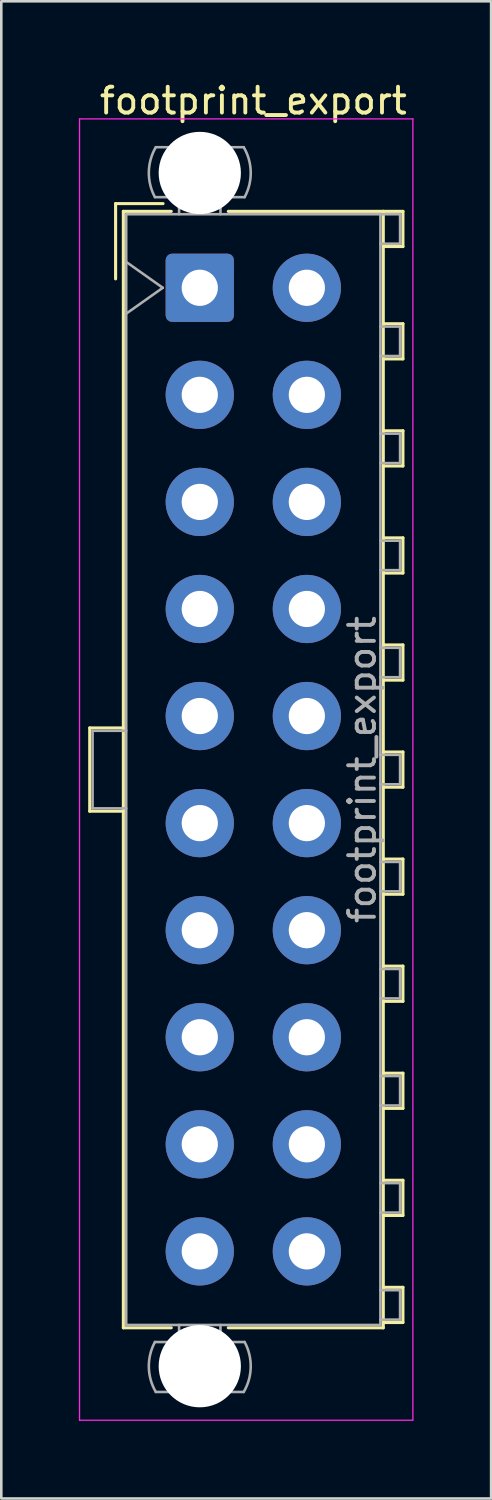
<source format=kicad_pcb>
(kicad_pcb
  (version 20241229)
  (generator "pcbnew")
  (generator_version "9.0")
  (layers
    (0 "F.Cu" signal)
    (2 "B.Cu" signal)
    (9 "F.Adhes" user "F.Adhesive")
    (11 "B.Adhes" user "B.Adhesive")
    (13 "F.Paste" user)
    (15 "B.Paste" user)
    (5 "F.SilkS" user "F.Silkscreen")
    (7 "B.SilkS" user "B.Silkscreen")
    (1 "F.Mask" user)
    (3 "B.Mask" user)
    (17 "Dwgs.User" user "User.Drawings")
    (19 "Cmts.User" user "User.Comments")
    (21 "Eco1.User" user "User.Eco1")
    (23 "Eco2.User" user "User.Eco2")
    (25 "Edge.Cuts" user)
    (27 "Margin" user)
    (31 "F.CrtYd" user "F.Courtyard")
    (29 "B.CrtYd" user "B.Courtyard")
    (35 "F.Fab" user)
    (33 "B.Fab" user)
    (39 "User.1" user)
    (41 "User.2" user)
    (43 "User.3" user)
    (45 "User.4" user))
  (footprint "footprint_export"
    (layer "F.Cu")
    (at 4.675 8.078)
    (property "Reference" "footprint_export" (at 2.07 -7.23 0) (layer "F.SilkS") (effects (font (size 1 1) (thickness 0.15))))
    (attr through_hole)
    (fp_line (start -4.255 17.02) (end -4.255 20.24) (stroke (width 0.12) (type solid)) (layer "F.SilkS"))
    (fp_line (start -4.255 20.24) (end -2.955 20.24) (stroke (width 0.12) (type solid)) (layer "F.SilkS"))
    (fp_line (start -3.255 -3.255) (end -3.255 -0.345) (stroke (width 0.12) (type solid)) (layer "F.SilkS"))
    (fp_line (start -2.955 -2.955) (end -2.955 40.215) (stroke (width 0.12) (type solid)) (layer "F.SilkS"))
    (fp_line (start -2.955 17.02) (end -4.255 17.02) (stroke (width 0.12) (type solid)) (layer "F.SilkS"))
    (fp_line (start -2.955 40.215) (end -1.103 40.215) (stroke (width 0.12) (type solid)) (layer "F.SilkS"))
    (fp_line (start -1.421 -3.255) (end -3.255 -3.255) (stroke (width 0.12) (type solid)) (layer "F.SilkS"))
    (fp_line (start -1.103 -2.955) (end -2.955 -2.955) (stroke (width 0.12) (type solid)) (layer "F.SilkS"))
    (fp_line (start 1.103 -2.955) (end 7.095 -2.955) (stroke (width 0.12) (type solid)) (layer "F.SilkS"))
    (fp_line (start 7.095 -2.955) (end 7.095 40.215) (stroke (width 0.12) (type solid)) (layer "F.SilkS"))
    (fp_line (start 7.095 -2.955) (end 7.855 -2.955) (stroke (width 0.12) (type solid)) (layer "F.SilkS"))
    (fp_line (start 7.095 1.39) (end 7.855 1.39) (stroke (width 0.12) (type solid)) (layer "F.SilkS"))
    (fp_line (start 7.095 5.53) (end 7.855 5.53) (stroke (width 0.12) (type solid)) (layer "F.SilkS"))
    (fp_line (start 7.095 9.67) (end 7.855 9.67) (stroke (width 0.12) (type solid)) (layer "F.SilkS"))
    (fp_line (start 7.095 13.81) (end 7.855 13.81) (stroke (width 0.12) (type solid)) (layer "F.SilkS"))
    (fp_line (start 7.095 17.95) (end 7.855 17.95) (stroke (width 0.12) (type solid)) (layer "F.SilkS"))
    (fp_line (start 7.095 22.09) (end 7.855 22.09) (stroke (width 0.12) (type solid)) (layer "F.SilkS"))
    (fp_line (start 7.095 26.23) (end 7.855 26.23) (stroke (width 0.12) (type solid)) (layer "F.SilkS"))
    (fp_line (start 7.095 30.37) (end 7.855 30.37) (stroke (width 0.12) (type solid)) (layer "F.SilkS"))
    (fp_line (start 7.095 34.51) (end 7.855 34.51) (stroke (width 0.12) (type solid)) (layer "F.SilkS"))
    (fp_line (start 7.095 38.65) (end 7.855 38.65) (stroke (width 0.12) (type solid)) (layer "F.SilkS"))
    (fp_line (start 7.095 40.215) (end 1.103 40.215) (stroke (width 0.12) (type solid)) (layer "F.SilkS"))
    (fp_line (start 7.855 -2.955) (end 7.855 -1.595) (stroke (width 0.12) (type solid)) (layer "F.SilkS"))
    (fp_line (start 7.855 -1.595) (end 7.095 -1.595) (stroke (width 0.12) (type solid)) (layer "F.SilkS"))
    (fp_line (start 7.855 1.39) (end 7.855 2.75) (stroke (width 0.12) (type solid)) (layer "F.SilkS"))
    (fp_line (start 7.855 2.75) (end 7.095 2.75) (stroke (width 0.12) (type solid)) (layer "F.SilkS"))
    (fp_line (start 7.855 5.53) (end 7.855 6.89) (stroke (width 0.12) (type solid)) (layer "F.SilkS"))
    (fp_line (start 7.855 6.89) (end 7.095 6.89) (stroke (width 0.12) (type solid)) (layer "F.SilkS"))
    (fp_line (start 7.855 9.67) (end 7.855 11.03) (stroke (width 0.12) (type solid)) (layer "F.SilkS"))
    (fp_line (start 7.855 11.03) (end 7.095 11.03) (stroke (width 0.12) (type solid)) (layer "F.SilkS"))
    (fp_line (start 7.855 13.81) (end 7.855 15.17) (stroke (width 0.12) (type solid)) (layer "F.SilkS"))
    (fp_line (start 7.855 15.17) (end 7.095 15.17) (stroke (width 0.12) (type solid)) (layer "F.SilkS"))
    (fp_line (start 7.855 17.95) (end 7.855 19.31) (stroke (width 0.12) (type solid)) (layer "F.SilkS"))
    (fp_line (start 7.855 19.31) (end 7.095 19.31) (stroke (width 0.12) (type solid)) (layer "F.SilkS"))
    (fp_line (start 7.855 22.09) (end 7.855 23.45) (stroke (width 0.12) (type solid)) (layer "F.SilkS"))
    (fp_line (start 7.855 23.45) (end 7.095 23.45) (stroke (width 0.12) (type solid)) (layer "F.SilkS"))
    (fp_line (start 7.855 26.23) (end 7.855 27.59) (stroke (width 0.12) (type solid)) (layer "F.SilkS"))
    (fp_line (start 7.855 27.59) (end 7.095 27.59) (stroke (width 0.12) (type solid)) (layer "F.SilkS"))
    (fp_line (start 7.855 30.37) (end 7.855 31.73) (stroke (width 0.12) (type solid)) (layer "F.SilkS"))
    (fp_line (start 7.855 31.73) (end 7.095 31.73) (stroke (width 0.12) (type solid)) (layer "F.SilkS"))
    (fp_line (start 7.855 34.51) (end 7.855 35.87) (stroke (width 0.12) (type solid)) (layer "F.SilkS"))
    (fp_line (start 7.855 35.87) (end 7.095 35.87) (stroke (width 0.12) (type solid)) (layer "F.SilkS"))
    (fp_line (start 7.855 38.65) (end 7.855 40.01) (stroke (width 0.12) (type solid)) (layer "F.SilkS"))
    (fp_line (start 7.855 40.01) (end 7.095 40.01) (stroke (width 0.12) (type solid)) (layer "F.SilkS"))
    (fp_line (start -4.65 -6.53) (end -4.65 43.79) (stroke (width 0.05) (type solid)) (layer "F.CrtYd"))
    (fp_line (start -4.65 43.79) (end 8.24 43.79) (stroke (width 0.05) (type solid)) (layer "F.CrtYd"))
    (fp_line (start 8.24 -6.53) (end -4.65 -6.53) (stroke (width 0.05) (type solid)) (layer "F.CrtYd"))
    (fp_line (start 8.24 43.79) (end 8.24 -6.53) (stroke (width 0.05) (type solid)) (layer "F.CrtYd"))
    (fp_line (start -4.145 17.13) (end -4.145 20.13) (stroke (width 0.1) (type solid)) (layer "F.Fab"))
    (fp_line (start -4.145 20.13) (end -2.845 20.13) (stroke (width 0.1) (type solid)) (layer "F.Fab"))
    (fp_line (start -2.845 -2.845) (end -2.845 40.105) (stroke (width 0.1) (type solid)) (layer "F.Fab"))
    (fp_line (start -2.845 -1) (end -1.431 0) (stroke (width 0.1) (type solid)) (layer "F.Fab"))
    (fp_line (start -2.845 17.13) (end -4.145 17.13) (stroke (width 0.1) (type solid)) (layer "F.Fab"))
    (fp_line (start -2.845 40.105) (end 6.985 40.105) (stroke (width 0.1) (type solid)) (layer "F.Fab"))
    (fp_line (start -1.431 0) (end -2.845 1) (stroke (width 0.1) (type solid)) (layer "F.Fab"))
    (fp_line (start -0.8 -2.845) (end -0.8 -3.505) (stroke (width 0.1) (type solid)) (layer "F.Fab"))
    (fp_line (start -0.8 40.105) (end -0.8 40.765) (stroke (width 0.1) (type solid)) (layer "F.Fab"))
    (fp_line (start 0.8 -2.845) (end 0.8 -3.505) (stroke (width 0.1) (type solid)) (layer "F.Fab"))
    (fp_line (start 0.8 40.105) (end 0.8 40.765) (stroke (width 0.1) (type solid)) (layer "F.Fab"))
    (fp_line (start 1.7 -5.436) (end -1.7 -5.436) (stroke (width 0.1) (type solid)) (layer "F.Fab"))
    (fp_line (start 1.7 42.696) (end -1.7 42.696) (stroke (width 0.1) (type solid)) (layer "F.Fab"))
    (fp_line (start 1.734 -3.505) (end -1.734 -3.505) (stroke (width 0.1) (type solid)) (layer "F.Fab"))
    (fp_line (start 1.734 40.765) (end -1.734 40.765) (stroke (width 0.1) (type solid)) (layer "F.Fab"))
    (fp_line (start 6.985 -2.845) (end -2.845 -2.845) (stroke (width 0.1) (type solid)) (layer "F.Fab"))
    (fp_line (start 6.985 -2.845) (end 7.745 -2.845) (stroke (width 0.1) (type solid)) (layer "F.Fab"))
    (fp_line (start 6.985 1.5) (end 7.745 1.5) (stroke (width 0.1) (type solid)) (layer "F.Fab"))
    (fp_line (start 6.985 5.64) (end 7.745 5.64) (stroke (width 0.1) (type solid)) (layer "F.Fab"))
    (fp_line (start 6.985 9.78) (end 7.745 9.78) (stroke (width 0.1) (type solid)) (layer "F.Fab"))
    (fp_line (start 6.985 13.92) (end 7.745 13.92) (stroke (width 0.1) (type solid)) (layer "F.Fab"))
    (fp_line (start 6.985 18.06) (end 7.745 18.06) (stroke (width 0.1) (type solid)) (layer "F.Fab"))
    (fp_line (start 6.985 22.2) (end 7.745 22.2) (stroke (width 0.1) (type solid)) (layer "F.Fab"))
    (fp_line (start 6.985 26.34) (end 7.745 26.34) (stroke (width 0.1) (type solid)) (layer "F.Fab"))
    (fp_line (start 6.985 30.48) (end 7.745 30.48) (stroke (width 0.1) (type solid)) (layer "F.Fab"))
    (fp_line (start 6.985 34.62) (end 7.745 34.62) (stroke (width 0.1) (type solid)) (layer "F.Fab"))
    (fp_line (start 6.985 38.76) (end 7.745 38.76) (stroke (width 0.1) (type solid)) (layer "F.Fab"))
    (fp_line (start 6.985 40.105) (end 6.985 -2.845) (stroke (width 0.1) (type solid)) (layer "F.Fab"))
    (fp_line (start 7.745 -2.845) (end 7.745 -1.705) (stroke (width 0.1) (type solid)) (layer "F.Fab"))
    (fp_line (start 7.745 -1.705) (end 6.985 -1.705) (stroke (width 0.1) (type solid)) (layer "F.Fab"))
    (fp_line (start 7.745 1.5) (end 7.745 2.64) (stroke (width 0.1) (type solid)) (layer "F.Fab"))
    (fp_line (start 7.745 2.64) (end 6.985 2.64) (stroke (width 0.1) (type solid)) (layer "F.Fab"))
    (fp_line (start 7.745 5.64) (end 7.745 6.78) (stroke (width 0.1) (type solid)) (layer "F.Fab"))
    (fp_line (start 7.745 6.78) (end 6.985 6.78) (stroke (width 0.1) (type solid)) (layer "F.Fab"))
    (fp_line (start 7.745 9.78) (end 7.745 10.92) (stroke (width 0.1) (type solid)) (layer "F.Fab"))
    (fp_line (start 7.745 10.92) (end 6.985 10.92) (stroke (width 0.1) (type solid)) (layer "F.Fab"))
    (fp_line (start 7.745 13.92) (end 7.745 15.06) (stroke (width 0.1) (type solid)) (layer "F.Fab"))
    (fp_line (start 7.745 15.06) (end 6.985 15.06) (stroke (width 0.1) (type solid)) (layer "F.Fab"))
    (fp_line (start 7.745 18.06) (end 7.745 19.2) (stroke (width 0.1) (type solid)) (layer "F.Fab"))
    (fp_line (start 7.745 19.2) (end 6.985 19.2) (stroke (width 0.1) (type solid)) (layer "F.Fab"))
    (fp_line (start 7.745 22.2) (end 7.745 23.34) (stroke (width 0.1) (type solid)) (layer "F.Fab"))
    (fp_line (start 7.745 23.34) (end 6.985 23.34) (stroke (width 0.1) (type solid)) (layer "F.Fab"))
    (fp_line (start 7.745 26.34) (end 7.745 27.48) (stroke (width 0.1) (type solid)) (layer "F.Fab"))
    (fp_line (start 7.745 27.48) (end 6.985 27.48) (stroke (width 0.1) (type solid)) (layer "F.Fab"))
    (fp_line (start 7.745 30.48) (end 7.745 31.62) (stroke (width 0.1) (type solid)) (layer "F.Fab"))
    (fp_line (start 7.745 31.62) (end 6.985 31.62) (stroke (width 0.1) (type solid)) (layer "F.Fab"))
    (fp_line (start 7.745 34.62) (end 7.745 35.76) (stroke (width 0.1) (type solid)) (layer "F.Fab"))
    (fp_line (start 7.745 35.76) (end 6.985 35.76) (stroke (width 0.1) (type solid)) (layer "F.Fab"))
    (fp_line (start 7.745 38.76) (end 7.745 39.9) (stroke (width 0.1) (type solid)) (layer "F.Fab"))
    (fp_line (start 7.745 39.9) (end 6.985 39.9) (stroke (width 0.1) (type solid)) (layer "F.Fab"))
    (fp_arc (start -1.733977 -3.505) (mid -1.96969 -4.474992) (end -1.699672 -5.436) (stroke (width 0.1) (type solid)) (layer "F.Fab"))
    (fp_arc (start -1.699672 42.696) (mid -1.969689 41.734992) (end -1.733977 40.765) (stroke (width 0.1) (type solid)) (layer "F.Fab"))
    (fp_arc (start 1.699672 -5.436) (mid 1.969689 -4.474992) (end 1.733977 -3.505) (stroke (width 0.1) (type solid)) (layer "F.Fab"))
    (fp_arc (start 1.733977 40.765) (mid 1.96969 41.734992) (end 1.699672 42.696) (stroke (width 0.1) (type solid)) (layer "F.Fab"))
    (fp_text user "${REFERENCE}" (at 6.28 18.63 90) (layer "F.Fab") (effects (font (size 1 1) (thickness 0.15))))
    (pad "" np_thru_hole circle (at 0 -4.44) (size 3.18 3.18) (drill 3.18) (layers "*.Cu" "*.Mask"))
    (pad "" np_thru_hole circle (at 0 41.7) (size 3.18 3.18) (drill 3.18) (layers "*.Cu" "*.Mask"))
    (pad "1" thru_hole roundrect (at 0 0) (size 2.64 2.64) (drill 1.4) (layers "*.Cu" "*.Mask") (roundrect_rratio 0.095))
    (pad "2" thru_hole circle (at 0 4.14) (size 2.64 2.64) (drill 1.4) (layers "*.Cu" "*.Mask"))
    (pad "3" thru_hole circle (at 0 8.28) (size 2.64 2.64) (drill 1.4) (layers "*.Cu" "*.Mask"))
    (pad "4" thru_hole circle (at 0 12.42) (size 2.64 2.64) (drill 1.4) (layers "*.Cu" "*.Mask"))
    (pad "5" thru_hole circle (at 0 16.56) (size 2.64 2.64) (drill 1.4) (layers "*.Cu" "*.Mask"))
    (pad "6" thru_hole circle (at 0 20.7) (size 2.64 2.64) (drill 1.4) (layers "*.Cu" "*.Mask"))
    (pad "7" thru_hole circle (at 0 24.84) (size 2.64 2.64) (drill 1.4) (layers "*.Cu" "*.Mask"))
    (pad "8" thru_hole circle (at 0 28.98) (size 2.64 2.64) (drill 1.4) (layers "*.Cu" "*.Mask"))
    (pad "9" thru_hole circle (at 0 33.12) (size 2.64 2.64) (drill 1.4) (layers "*.Cu" "*.Mask"))
    (pad "10" thru_hole circle (at 0 37.26) (size 2.64 2.64) (drill 1.4) (layers "*.Cu" "*.Mask"))
    (pad "11" thru_hole circle (at 4.14 0) (size 2.64 2.64) (drill 1.4) (layers "*.Cu" "*.Mask"))
    (pad "12" thru_hole circle (at 4.14 4.14) (size 2.64 2.64) (drill 1.4) (layers "*.Cu" "*.Mask"))
    (pad "13" thru_hole circle (at 4.14 8.28) (size 2.64 2.64) (drill 1.4) (layers "*.Cu" "*.Mask"))
    (pad "14" thru_hole circle (at 4.14 12.42) (size 2.64 2.64) (drill 1.4) (layers "*.Cu" "*.Mask"))
    (pad "15" thru_hole circle (at 4.14 16.56) (size 2.64 2.64) (drill 1.4) (layers "*.Cu" "*.Mask"))
    (pad "16" thru_hole circle (at 4.14 20.7) (size 2.64 2.64) (drill 1.4) (layers "*.Cu" "*.Mask"))
    (pad "17" thru_hole circle (at 4.14 24.84) (size 2.64 2.64) (drill 1.4) (layers "*.Cu" "*.Mask"))
    (pad "18" thru_hole circle (at 4.14 28.98) (size 2.64 2.64) (drill 1.4) (layers "*.Cu" "*.Mask"))
    (pad "19" thru_hole circle (at 4.14 33.12) (size 2.64 2.64) (drill 1.4) (layers "*.Cu" "*.Mask"))
    (pad "20" thru_hole circle (at 4.14 37.26) (size 2.64 2.64) (drill 1.4) (layers "*.Cu" "*.Mask")))
  (gr_rect
    (start -3 -3)
    (end 15.94 54.893)
    (stroke (width 0.1) (type default))
    (fill no)
    (layer "Edge.Cuts")))
</source>
